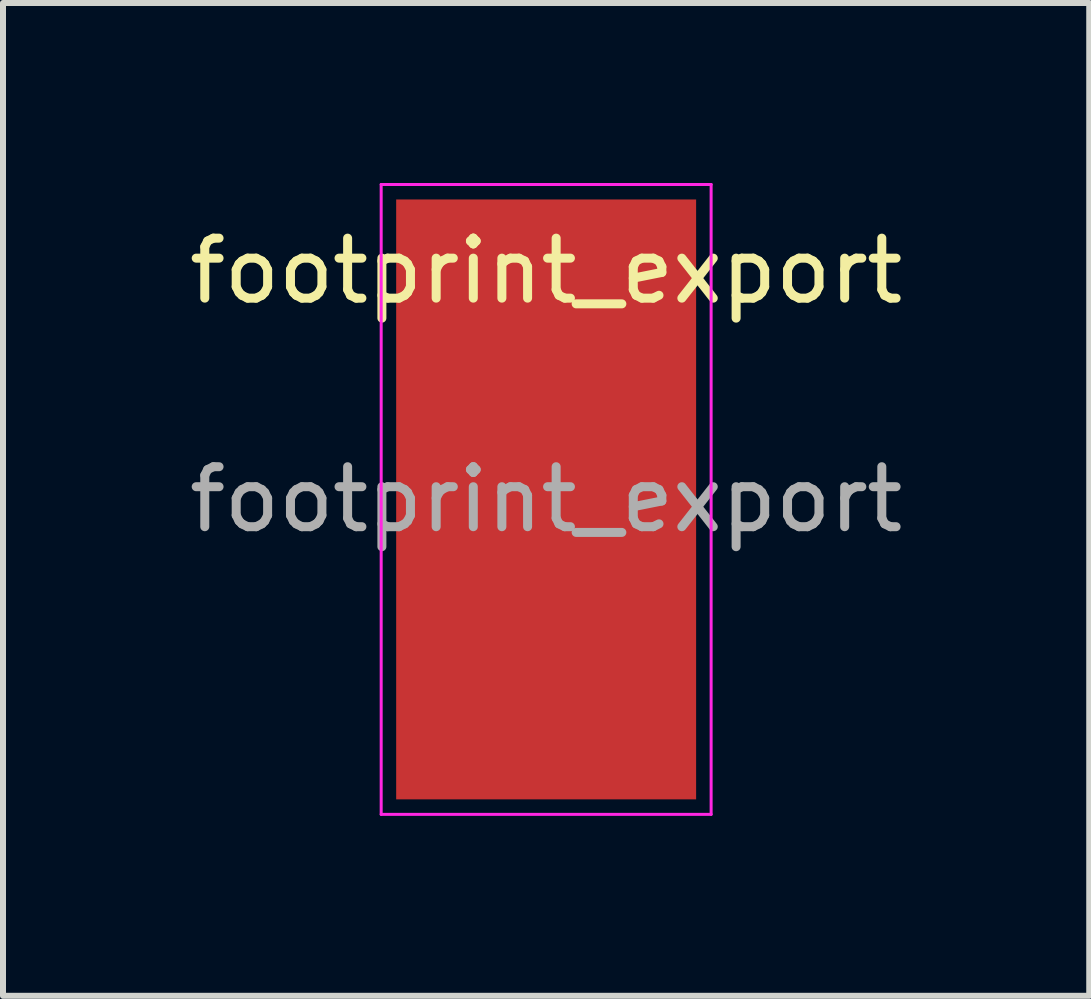
<source format=kicad_pcb>
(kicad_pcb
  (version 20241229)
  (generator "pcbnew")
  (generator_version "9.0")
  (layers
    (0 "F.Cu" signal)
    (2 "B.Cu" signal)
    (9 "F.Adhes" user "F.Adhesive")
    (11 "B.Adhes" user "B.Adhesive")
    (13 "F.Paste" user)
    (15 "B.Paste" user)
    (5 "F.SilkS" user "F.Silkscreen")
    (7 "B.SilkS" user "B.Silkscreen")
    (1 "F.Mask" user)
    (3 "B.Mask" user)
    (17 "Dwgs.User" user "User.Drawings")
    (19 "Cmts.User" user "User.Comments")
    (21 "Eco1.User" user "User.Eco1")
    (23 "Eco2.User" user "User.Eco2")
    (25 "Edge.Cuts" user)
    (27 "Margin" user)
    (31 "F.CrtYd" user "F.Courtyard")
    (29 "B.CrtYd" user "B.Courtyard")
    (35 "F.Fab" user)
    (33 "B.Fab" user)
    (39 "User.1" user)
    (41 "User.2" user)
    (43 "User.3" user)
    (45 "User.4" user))
  (footprint "footprint_export"
    (layer "F.Cu")
    (at 6.054 5.275)
    (property "Reference" "footprint_export" (at 0 -3.81 0) (layer "F.SilkS") (effects (font (size 1 1) (thickness 0.15))))
    (attr smd exclude_from_pos_files exclude_from_bom)
    (fp_line (start -2.75 -5.25) (end -2.75 5.25) (stroke (width 0.05) (type solid)) (layer "F.CrtYd"))
    (fp_line (start -2.75 5.25) (end 2.75 5.25) (stroke (width 0.05) (type solid)) (layer "F.CrtYd"))
    (fp_line (start 2.75 -5.25) (end -2.75 -5.25) (stroke (width 0.05) (type solid)) (layer "F.CrtYd"))
    (fp_line (start 2.75 5.25) (end 2.75 -5.25) (stroke (width 0.05) (type solid)) (layer "F.CrtYd"))
    (fp_text user "${REFERENCE}" (at 0 0 0) (layer "F.Fab") (effects (font (size 1 1) (thickness 0.15))))
    (pad "1" smd rect (at 0 0) (size 5 10) (layers "F.Cu" "F.Mask" "F.Paste")))
  (gr_rect
    (start -3 -3)
    (end 15.107 13.55)
    (stroke (width 0.1) (type default))
    (fill no)
    (layer "Edge.Cuts")))
</source>
